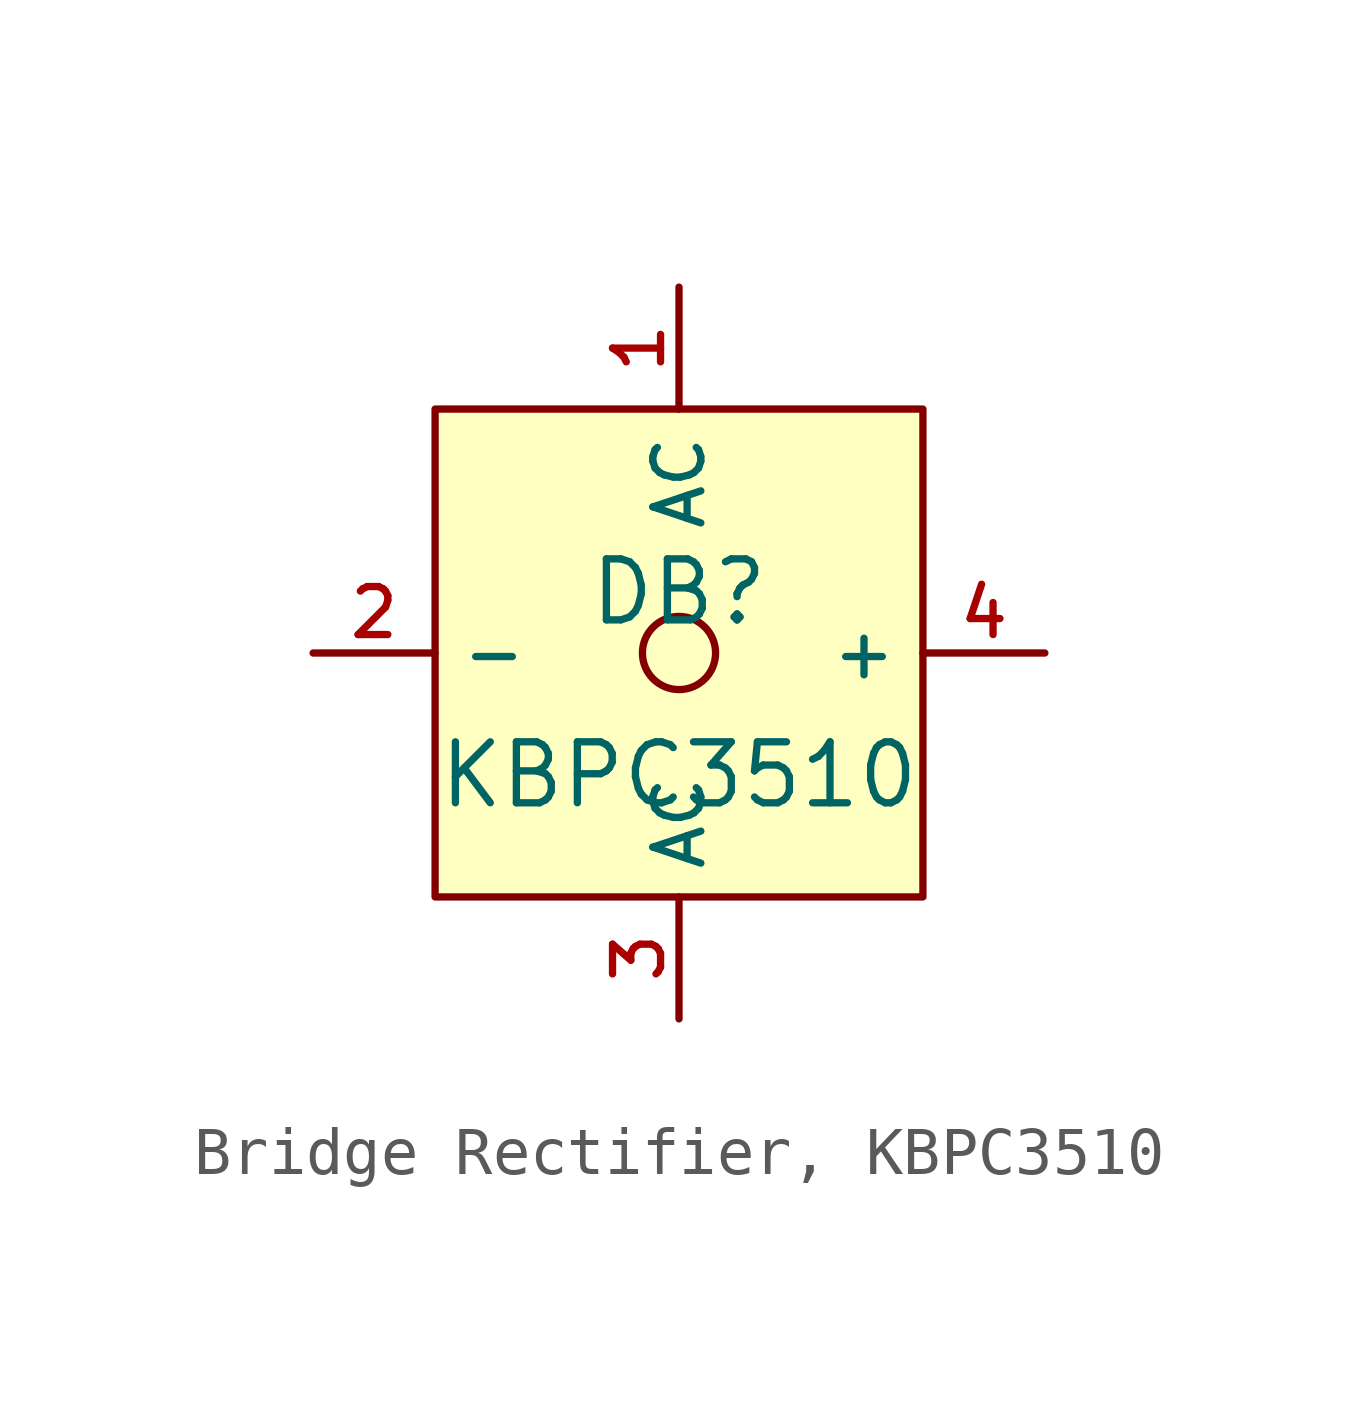
<source format=kicad_sym>
(kicad_symbol_lib
  (version 20231120)
  (generator "CDFER_Archive_Tool")
  (generator_version "0.0")
  (symbol "Bridge Rectifier, KBPC3510"
    (property "Reference" "DB"
      (at 0 1.27 0)
      (effects (font (size 1.27 1.27))))
    (property "Value" "KBPC3510"
      (at 0 -2.54 0)
      (effects (font (size 1.27 1.27))))
    (symbol "Bridge Rectifier, KBPC3510_0_1"
      (rectangle (start -5.08 5.08) (end 5.08 -5.08) (stroke (width 0) (type default)) (fill (type background)))
      (circle (center 0 0) (radius 0.762) (stroke (width 0) (type default)) (fill (type background)))
      (pin unspecified line (at 0 7.62 270) (length 2.54) (name "AC" (effects (font (size 1 1)))) (number "1" (effects (font (size 1 1)))))
      (pin unspecified line (at -7.62 0 0) (length 2.54) (name "-" (effects (font (size 1 1)))) (number "2" (effects (font (size 1 1)))))
      (pin unspecified line (at 0 -7.62 90) (length 2.54) (name "AC" (effects (font (size 1 1)))) (number "3" (effects (font (size 1 1)))))
      (pin unspecified line (at 7.62 0 180) (length 2.54) (name "+" (effects (font (size 1 1)))) (number "4" (effects (font (size 1 1))))))))
</source>
